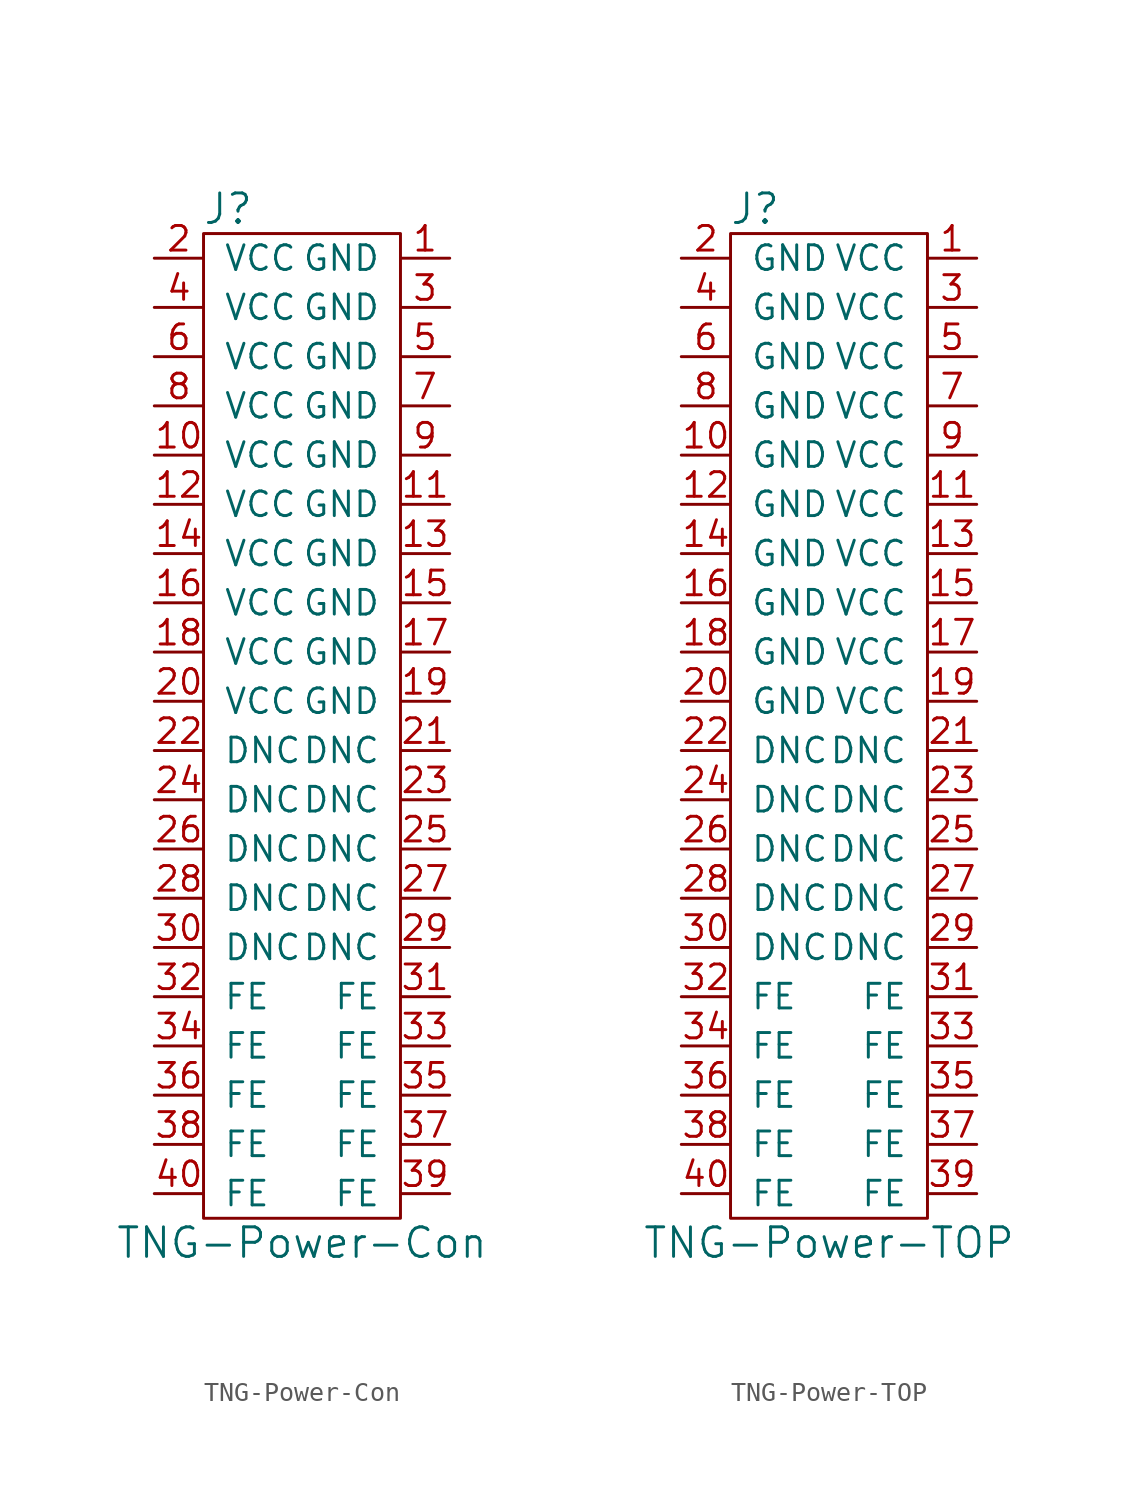
<source format=kicad_sym>
(kicad_symbol_lib
  (version 20210619)
  (generator kicad_symbol_editor)
  (symbol "tinkerforge:TNG-Power-Con"
    (pin_names
      (offset 1.016))
    (property "Reference" "J"
      (at -3.81 26.67 0)
      (effects (font (size 1.524 1.524))))
    (property "Value" "TNG-Power-Con"
      (at 0 -26.67 0)
      (effects (font (size 1.524 1.524))))
    (symbol "TNG-Power-Con_0_1"
      (rectangle (start -5.08 25.4) (end 5.08 -25.4) (stroke (width 0)) (fill (type none))))
    (symbol "TNG-Power-Con_1_1"
      (pin passive line (at 7.62 24.13 180) (length 2.54) (name "GND" (effects (font (size 1.27 1.27)))) (number "1" (effects (font (size 1.27 1.27)))))
      (pin passive line (at -7.62 13.97 0) (length 2.54) (name "VCC" (effects (font (size 1.27 1.27)))) (number "10" (effects (font (size 1.27 1.27)))))
      (pin passive line (at 7.62 11.43 180) (length 2.54) (name "GND" (effects (font (size 1.27 1.27)))) (number "11" (effects (font (size 1.27 1.27)))))
      (pin passive line (at -7.62 11.43 0) (length 2.54) (name "VCC" (effects (font (size 1.27 1.27)))) (number "12" (effects (font (size 1.27 1.27)))))
      (pin passive line (at 7.62 8.89 180) (length 2.54) (name "GND" (effects (font (size 1.27 1.27)))) (number "13" (effects (font (size 1.27 1.27)))))
      (pin passive line (at -7.62 8.89 0) (length 2.54) (name "VCC" (effects (font (size 1.27 1.27)))) (number "14" (effects (font (size 1.27 1.27)))))
      (pin passive line (at 7.62 6.35 180) (length 2.54) (name "GND" (effects (font (size 1.27 1.27)))) (number "15" (effects (font (size 1.27 1.27)))))
      (pin passive line (at -7.62 6.35 0) (length 2.54) (name "VCC" (effects (font (size 1.27 1.27)))) (number "16" (effects (font (size 1.27 1.27)))))
      (pin passive line (at 7.62 3.81 180) (length 2.54) (name "GND" (effects (font (size 1.27 1.27)))) (number "17" (effects (font (size 1.27 1.27)))))
      (pin passive line (at -7.62 3.81 0) (length 2.54) (name "VCC" (effects (font (size 1.27 1.27)))) (number "18" (effects (font (size 1.27 1.27)))))
      (pin passive line (at 7.62 1.27 180) (length 2.54) (name "GND" (effects (font (size 1.27 1.27)))) (number "19" (effects (font (size 1.27 1.27)))))
      (pin passive line (at -7.62 24.13 0) (length 2.54) (name "VCC" (effects (font (size 1.27 1.27)))) (number "2" (effects (font (size 1.27 1.27)))))
      (pin passive line (at -7.62 1.27 0) (length 2.54) (name "VCC" (effects (font (size 1.27 1.27)))) (number "20" (effects (font (size 1.27 1.27)))))
      (pin passive line (at 7.62 -1.27 180) (length 2.54) (name "DNC" (effects (font (size 1.27 1.27)))) (number "21" (effects (font (size 1.27 1.27)))))
      (pin passive line (at -7.62 -1.27 0) (length 2.54) (name "DNC" (effects (font (size 1.27 1.27)))) (number "22" (effects (font (size 1.27 1.27)))))
      (pin passive line (at 7.62 -3.81 180) (length 2.54) (name "DNC" (effects (font (size 1.27 1.27)))) (number "23" (effects (font (size 1.27 1.27)))))
      (pin passive line (at -7.62 -3.81 0) (length 2.54) (name "DNC" (effects (font (size 1.27 1.27)))) (number "24" (effects (font (size 1.27 1.27)))))
      (pin passive line (at 7.62 -6.35 180) (length 2.54) (name "DNC" (effects (font (size 1.27 1.27)))) (number "25" (effects (font (size 1.27 1.27)))))
      (pin passive line (at -7.62 -6.35 0) (length 2.54) (name "DNC" (effects (font (size 1.27 1.27)))) (number "26" (effects (font (size 1.27 1.27)))))
      (pin passive line (at 7.62 -8.89 180) (length 2.54) (name "DNC" (effects (font (size 1.27 1.27)))) (number "27" (effects (font (size 1.27 1.27)))))
      (pin passive line (at -7.62 -8.89 0) (length 2.54) (name "DNC" (effects (font (size 1.27 1.27)))) (number "28" (effects (font (size 1.27 1.27)))))
      (pin passive line (at 7.62 -11.43 180) (length 2.54) (name "DNC" (effects (font (size 1.27 1.27)))) (number "29" (effects (font (size 1.27 1.27)))))
      (pin passive line (at 7.62 21.59 180) (length 2.54) (name "GND" (effects (font (size 1.27 1.27)))) (number "3" (effects (font (size 1.27 1.27)))))
      (pin passive line (at -7.62 -11.43 0) (length 2.54) (name "DNC" (effects (font (size 1.27 1.27)))) (number "30" (effects (font (size 1.27 1.27)))))
      (pin passive line (at 7.62 -13.97 180) (length 2.54) (name "FE" (effects (font (size 1.27 1.27)))) (number "31" (effects (font (size 1.27 1.27)))))
      (pin passive line (at -7.62 -13.97 0) (length 2.54) (name "FE" (effects (font (size 1.27 1.27)))) (number "32" (effects (font (size 1.27 1.27)))))
      (pin passive line (at 7.62 -16.51 180) (length 2.54) (name "FE" (effects (font (size 1.27 1.27)))) (number "33" (effects (font (size 1.27 1.27)))))
      (pin passive line (at -7.62 -16.51 0) (length 2.54) (name "FE" (effects (font (size 1.27 1.27)))) (number "34" (effects (font (size 1.27 1.27)))))
      (pin passive line (at 7.62 -19.05 180) (length 2.54) (name "FE" (effects (font (size 1.27 1.27)))) (number "35" (effects (font (size 1.27 1.27)))))
      (pin passive line (at -7.62 -19.05 0) (length 2.54) (name "FE" (effects (font (size 1.27 1.27)))) (number "36" (effects (font (size 1.27 1.27)))))
      (pin passive line (at 7.62 -21.59 180) (length 2.54) (name "FE" (effects (font (size 1.27 1.27)))) (number "37" (effects (font (size 1.27 1.27)))))
      (pin passive line (at -7.62 -21.59 0) (length 2.54) (name "FE" (effects (font (size 1.27 1.27)))) (number "38" (effects (font (size 1.27 1.27)))))
      (pin passive line (at 7.62 -24.13 180) (length 2.54) (name "FE" (effects (font (size 1.27 1.27)))) (number "39" (effects (font (size 1.27 1.27)))))
      (pin passive line (at -7.62 21.59 0) (length 2.54) (name "VCC" (effects (font (size 1.27 1.27)))) (number "4" (effects (font (size 1.27 1.27)))))
      (pin passive line (at -7.62 -24.13 0) (length 2.54) (name "FE" (effects (font (size 1.27 1.27)))) (number "40" (effects (font (size 1.27 1.27)))))
      (pin passive line (at 7.62 19.05 180) (length 2.54) (name "GND" (effects (font (size 1.27 1.27)))) (number "5" (effects (font (size 1.27 1.27)))))
      (pin passive line (at -7.62 19.05 0) (length 2.54) (name "VCC" (effects (font (size 1.27 1.27)))) (number "6" (effects (font (size 1.27 1.27)))))
      (pin passive line (at 7.62 16.51 180) (length 2.54) (name "GND" (effects (font (size 1.27 1.27)))) (number "7" (effects (font (size 1.27 1.27)))))
      (pin passive line (at -7.62 16.51 0) (length 2.54) (name "VCC" (effects (font (size 1.27 1.27)))) (number "8" (effects (font (size 1.27 1.27)))))
      (pin passive line (at 7.62 13.97 180) (length 2.54) (name "GND" (effects (font (size 1.27 1.27)))) (number "9" (effects (font (size 1.27 1.27)))))))
  (symbol "tinkerforge:TNG-Power-TOP"
    (pin_names
      (offset 1.016))
    (property "Reference" "J"
      (at -3.81 26.67 0)
      (effects (font (size 1.524 1.524))))
    (property "Value" "TNG-Power-TOP"
      (at 0 -26.67 0)
      (effects (font (size 1.524 1.524))))
    (symbol "TNG-Power-TOP_0_1"
      (rectangle (start -5.08 25.4) (end 5.08 -25.4) (stroke (width 0)) (fill (type none))))
    (symbol "TNG-Power-TOP_1_1"
      (pin passive line (at 7.62 24.13 180) (length 2.54) (name "VCC" (effects (font (size 1.27 1.27)))) (number "1" (effects (font (size 1.27 1.27)))))
      (pin passive line (at -7.62 13.97 0) (length 2.54) (name "GND" (effects (font (size 1.27 1.27)))) (number "10" (effects (font (size 1.27 1.27)))))
      (pin passive line (at 7.62 11.43 180) (length 2.54) (name "VCC" (effects (font (size 1.27 1.27)))) (number "11" (effects (font (size 1.27 1.27)))))
      (pin passive line (at -7.62 11.43 0) (length 2.54) (name "GND" (effects (font (size 1.27 1.27)))) (number "12" (effects (font (size 1.27 1.27)))))
      (pin passive line (at 7.62 8.89 180) (length 2.54) (name "VCC" (effects (font (size 1.27 1.27)))) (number "13" (effects (font (size 1.27 1.27)))))
      (pin passive line (at -7.62 8.89 0) (length 2.54) (name "GND" (effects (font (size 1.27 1.27)))) (number "14" (effects (font (size 1.27 1.27)))))
      (pin passive line (at 7.62 6.35 180) (length 2.54) (name "VCC" (effects (font (size 1.27 1.27)))) (number "15" (effects (font (size 1.27 1.27)))))
      (pin passive line (at -7.62 6.35 0) (length 2.54) (name "GND" (effects (font (size 1.27 1.27)))) (number "16" (effects (font (size 1.27 1.27)))))
      (pin passive line (at 7.62 3.81 180) (length 2.54) (name "VCC" (effects (font (size 1.27 1.27)))) (number "17" (effects (font (size 1.27 1.27)))))
      (pin passive line (at -7.62 3.81 0) (length 2.54) (name "GND" (effects (font (size 1.27 1.27)))) (number "18" (effects (font (size 1.27 1.27)))))
      (pin passive line (at 7.62 1.27 180) (length 2.54) (name "VCC" (effects (font (size 1.27 1.27)))) (number "19" (effects (font (size 1.27 1.27)))))
      (pin passive line (at -7.62 24.13 0) (length 2.54) (name "GND" (effects (font (size 1.27 1.27)))) (number "2" (effects (font (size 1.27 1.27)))))
      (pin passive line (at -7.62 1.27 0) (length 2.54) (name "GND" (effects (font (size 1.27 1.27)))) (number "20" (effects (font (size 1.27 1.27)))))
      (pin passive line (at 7.62 -1.27 180) (length 2.54) (name "DNC" (effects (font (size 1.27 1.27)))) (number "21" (effects (font (size 1.27 1.27)))))
      (pin passive line (at -7.62 -1.27 0) (length 2.54) (name "DNC" (effects (font (size 1.27 1.27)))) (number "22" (effects (font (size 1.27 1.27)))))
      (pin passive line (at 7.62 -3.81 180) (length 2.54) (name "DNC" (effects (font (size 1.27 1.27)))) (number "23" (effects (font (size 1.27 1.27)))))
      (pin passive line (at -7.62 -3.81 0) (length 2.54) (name "DNC" (effects (font (size 1.27 1.27)))) (number "24" (effects (font (size 1.27 1.27)))))
      (pin passive line (at 7.62 -6.35 180) (length 2.54) (name "DNC" (effects (font (size 1.27 1.27)))) (number "25" (effects (font (size 1.27 1.27)))))
      (pin passive line (at -7.62 -6.35 0) (length 2.54) (name "DNC" (effects (font (size 1.27 1.27)))) (number "26" (effects (font (size 1.27 1.27)))))
      (pin passive line (at 7.62 -8.89 180) (length 2.54) (name "DNC" (effects (font (size 1.27 1.27)))) (number "27" (effects (font (size 1.27 1.27)))))
      (pin passive line (at -7.62 -8.89 0) (length 2.54) (name "DNC" (effects (font (size 1.27 1.27)))) (number "28" (effects (font (size 1.27 1.27)))))
      (pin passive line (at 7.62 -11.43 180) (length 2.54) (name "DNC" (effects (font (size 1.27 1.27)))) (number "29" (effects (font (size 1.27 1.27)))))
      (pin passive line (at 7.62 21.59 180) (length 2.54) (name "VCC" (effects (font (size 1.27 1.27)))) (number "3" (effects (font (size 1.27 1.27)))))
      (pin passive line (at -7.62 -11.43 0) (length 2.54) (name "DNC" (effects (font (size 1.27 1.27)))) (number "30" (effects (font (size 1.27 1.27)))))
      (pin passive line (at 7.62 -13.97 180) (length 2.54) (name "FE" (effects (font (size 1.27 1.27)))) (number "31" (effects (font (size 1.27 1.27)))))
      (pin passive line (at -7.62 -13.97 0) (length 2.54) (name "FE" (effects (font (size 1.27 1.27)))) (number "32" (effects (font (size 1.27 1.27)))))
      (pin passive line (at 7.62 -16.51 180) (length 2.54) (name "FE" (effects (font (size 1.27 1.27)))) (number "33" (effects (font (size 1.27 1.27)))))
      (pin passive line (at -7.62 -16.51 0) (length 2.54) (name "FE" (effects (font (size 1.27 1.27)))) (number "34" (effects (font (size 1.27 1.27)))))
      (pin passive line (at 7.62 -19.05 180) (length 2.54) (name "FE" (effects (font (size 1.27 1.27)))) (number "35" (effects (font (size 1.27 1.27)))))
      (pin passive line (at -7.62 -19.05 0) (length 2.54) (name "FE" (effects (font (size 1.27 1.27)))) (number "36" (effects (font (size 1.27 1.27)))))
      (pin passive line (at 7.62 -21.59 180) (length 2.54) (name "FE" (effects (font (size 1.27 1.27)))) (number "37" (effects (font (size 1.27 1.27)))))
      (pin passive line (at -7.62 -21.59 0) (length 2.54) (name "FE" (effects (font (size 1.27 1.27)))) (number "38" (effects (font (size 1.27 1.27)))))
      (pin passive line (at 7.62 -24.13 180) (length 2.54) (name "FE" (effects (font (size 1.27 1.27)))) (number "39" (effects (font (size 1.27 1.27)))))
      (pin passive line (at -7.62 21.59 0) (length 2.54) (name "GND" (effects (font (size 1.27 1.27)))) (number "4" (effects (font (size 1.27 1.27)))))
      (pin passive line (at -7.62 -24.13 0) (length 2.54) (name "FE" (effects (font (size 1.27 1.27)))) (number "40" (effects (font (size 1.27 1.27)))))
      (pin passive line (at 7.62 19.05 180) (length 2.54) (name "VCC" (effects (font (size 1.27 1.27)))) (number "5" (effects (font (size 1.27 1.27)))))
      (pin passive line (at -7.62 19.05 0) (length 2.54) (name "GND" (effects (font (size 1.27 1.27)))) (number "6" (effects (font (size 1.27 1.27)))))
      (pin passive line (at 7.62 16.51 180) (length 2.54) (name "VCC" (effects (font (size 1.27 1.27)))) (number "7" (effects (font (size 1.27 1.27)))))
      (pin passive line (at -7.62 16.51 0) (length 2.54) (name "GND" (effects (font (size 1.27 1.27)))) (number "8" (effects (font (size 1.27 1.27)))))
      (pin passive line (at 7.62 13.97 180) (length 2.54) (name "VCC" (effects (font (size 1.27 1.27)))) (number "9" (effects (font (size 1.27 1.27))))))))
</source>
